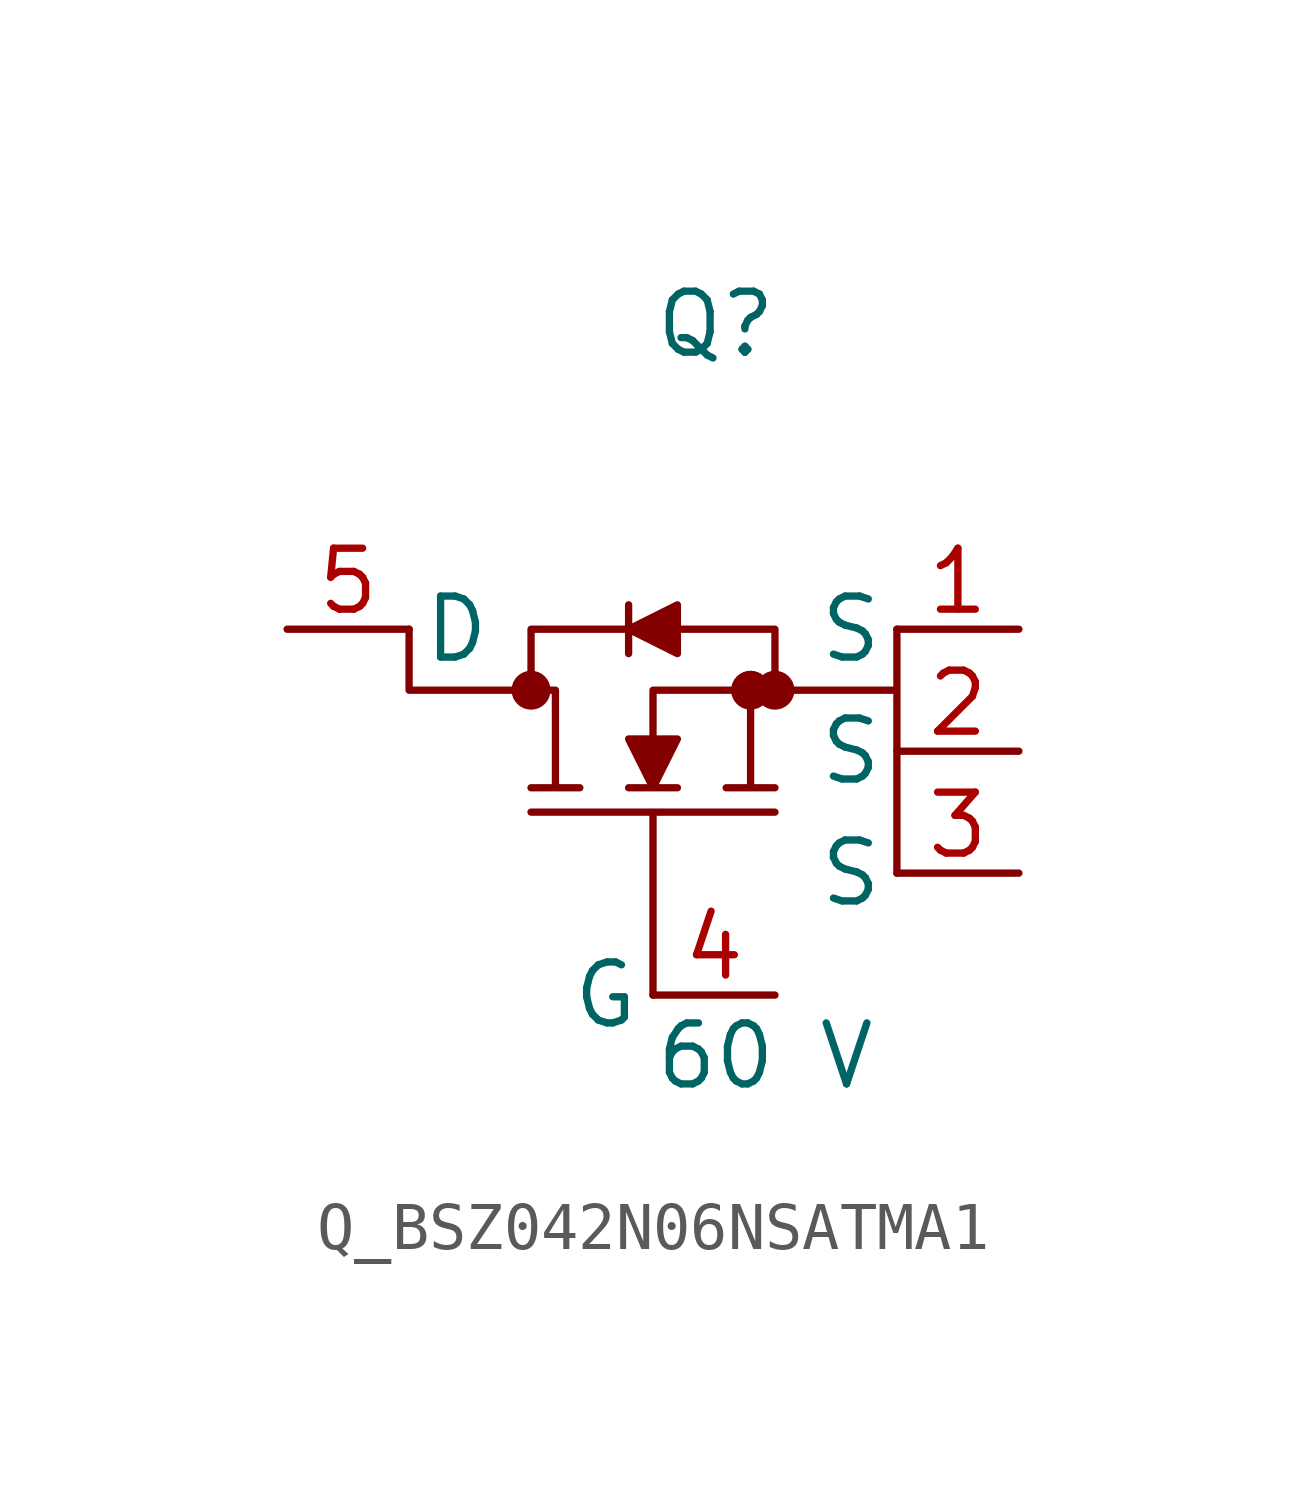
<source format=kicad_sym>
(kicad_symbol_lib
  (version 20231120)
  (generator kicad_symbol_editor)
  (generator_version 8.0)
  (symbol "Q_BSZ042N06NSATMA1"
    (pin_names
      (offset 0.254))
    (property "Reference" "Q"
      (at 0 7.62 0)
      (effects (font (size 1.27 1.27)) (justify left)))
    (property "Value" "60 V"
      (at 0 -7.62 0)
      (effects (font (size 1.27 1.27)) (justify left)))
    (symbol "Q_BSZ042N06NSATMA1_1_0"
      (polyline (pts (xy 0 -6.35) (xy 0 -2.54) (xy -2.54 -2.54) (xy 2.54 -2.54) (xy 0 -2.54) (xy 0 -6.35)) (stroke (width 0) (type default)) (fill (type none)))
      (polyline (pts (xy 5.08 1.27) (xy 5.08 0.0) (xy 2.54 0.0) (xy 2.54 1.27) (xy 0.508 1.27) (xy 0.508 1.778) (xy -0.508 1.27) (xy -0.508 1.778) (xy -0.508 1.27) (xy -2.54 1.27) (xy -2.54 0.0) (xy -5.08 0.0) (xy -5.08 1.27) (xy -5.08 0.0) (xy -2.032 0.0) (xy -2.032 -2.032) (xy -2.54 -2.032) (xy -1.524 -2.032) (xy -2.032 -2.032) (xy -2.032 0.0) (xy -2.54 0.0) (xy -2.54 1.27) (xy -0.508 1.27) (xy -0.508 0.762) (xy -0.508 1.27) (xy 0.508 0.762) (xy 0.508 1.27) (xy 2.54 1.27) (xy 2.54 0.0) (xy 0 0.0) (xy 0 -1.016) (xy -0.508 -1.016) (xy 0 -2.032) (xy -0.508 -2.032) (xy 0.508 -2.032) (xy 0 -2.032) (xy 0.508 -1.016) (xy 0 -1.016) (xy 0 0.0) (xy 2.032 0.0) (xy 2.032 -2.032) (xy 1.524 -2.032) (xy 2.54 -2.032) (xy 2.032 -2.032) (xy 2.032 0.0) (xy 5.08 0.0) (xy 5.08 -3.81)) (stroke (width 0) (type default)) (fill (type outline)))
      (circle (center -2.54 0.0) (radius 0.025) (stroke (width 0.381) (type default)) (fill (type none)))
      (circle (center 2.032 0.0) (radius 0.025) (stroke (width 0.381) (type default)) (fill (type none)))
      (circle (center 2.54 0.0) (radius 0.025) (stroke (width 0.381) (type default)) (fill (type none)))
      (pin passive line (at -7.62 1.27 0) (length 2.54) (name "D" (effects (font (size 1.27 1.27)))) (number "5" (effects (font (size 1.27 1.27)))))
      (pin passive line (at 7.62 1.27 180) (length 2.54) (name "S" (effects (font (size 1.27 1.27)))) (number "1" (effects (font (size 1.27 1.27)))))
      (pin passive line (at 7.62 -1.27 180) (length 2.54) (name "S" (effects (font (size 1.27 1.27)))) (number "2" (effects (font (size 1.27 1.27)))))
      (pin passive line (at 7.62 -3.81 180) (length 2.54) (name "S" (effects (font (size 1.27 1.27)))) (number "3" (effects (font (size 1.27 1.27)))))
      (pin passive line (at 2.54 -6.35 180) (length 2.54) (name "G" (effects (font (size 1.27 1.27)))) (number "4" (effects (font (size 1.27 1.27))))))))
</source>
